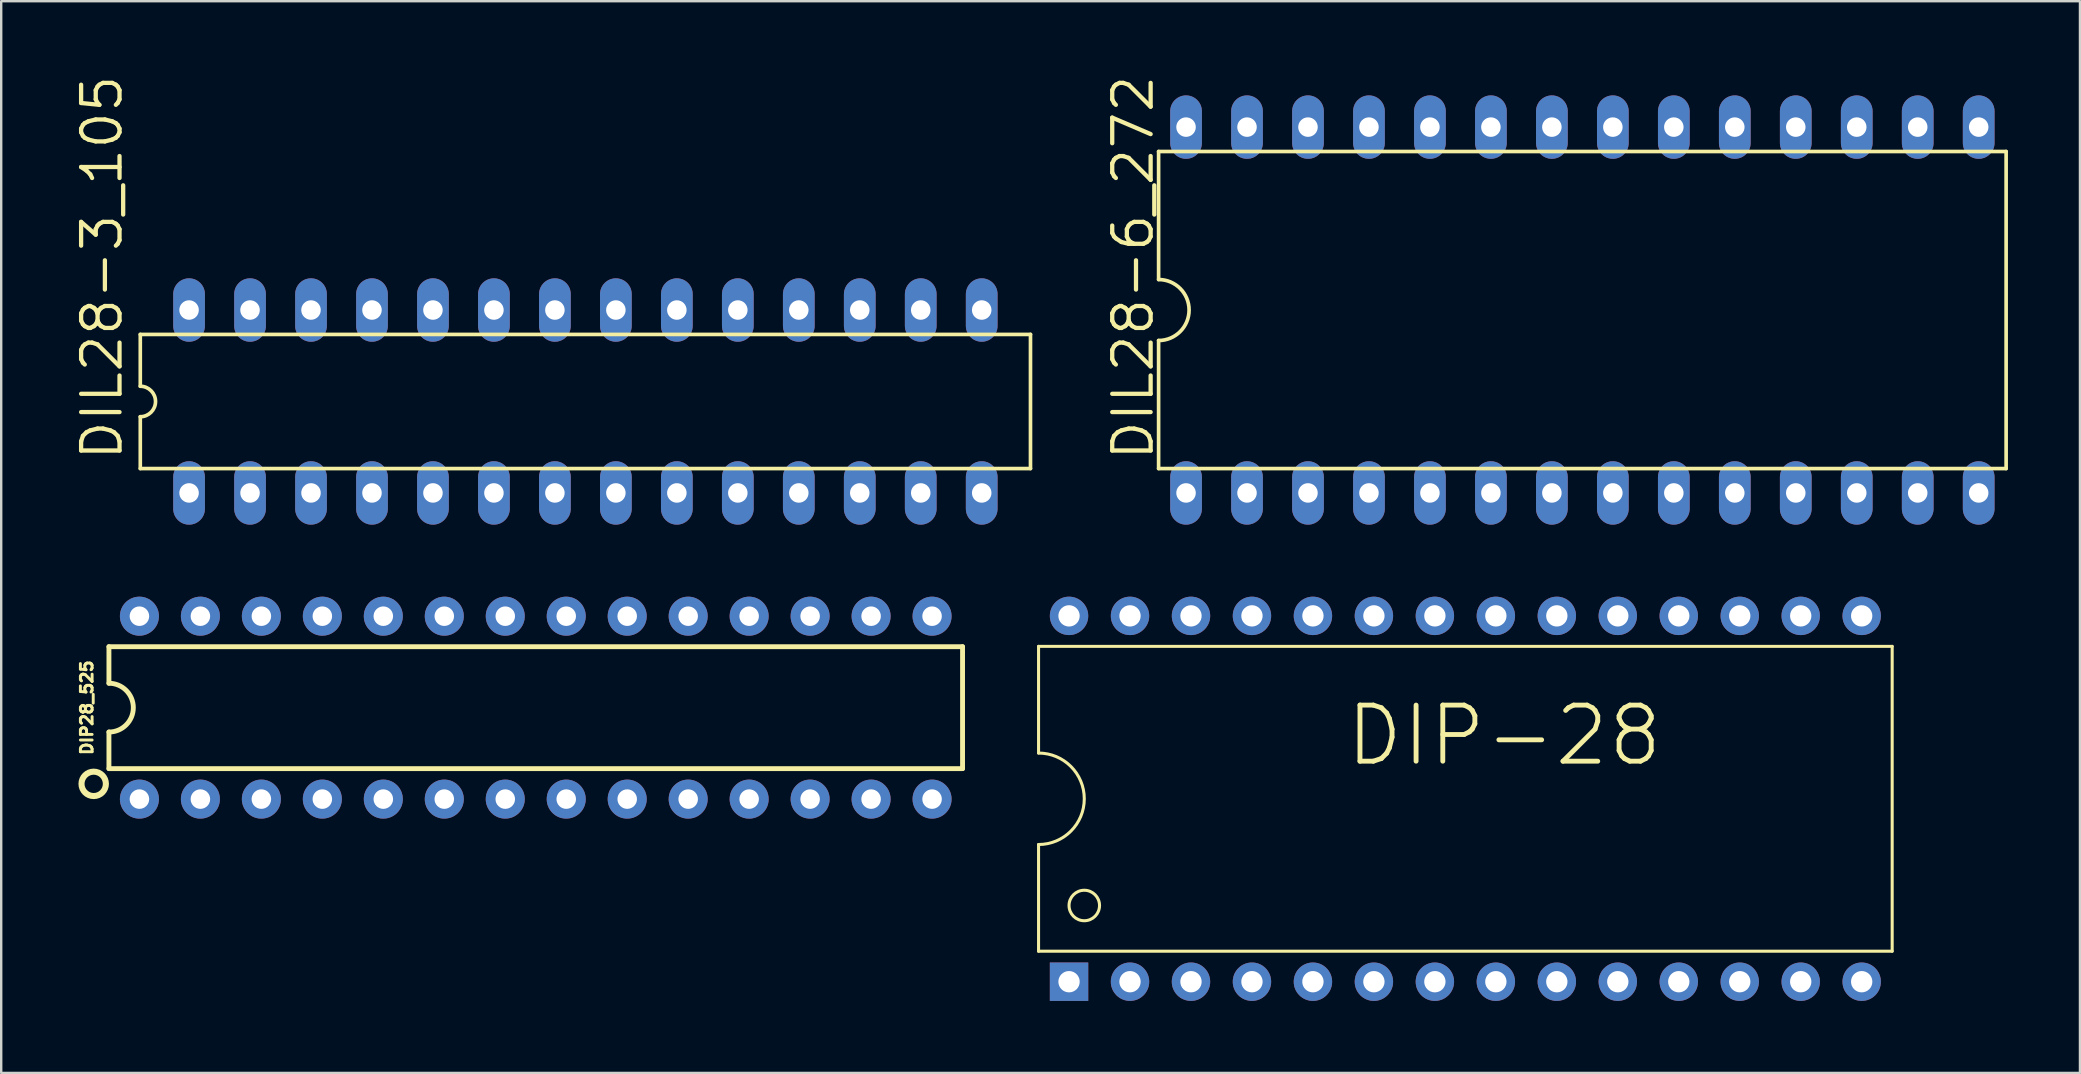
<source format=kicad_pcb>
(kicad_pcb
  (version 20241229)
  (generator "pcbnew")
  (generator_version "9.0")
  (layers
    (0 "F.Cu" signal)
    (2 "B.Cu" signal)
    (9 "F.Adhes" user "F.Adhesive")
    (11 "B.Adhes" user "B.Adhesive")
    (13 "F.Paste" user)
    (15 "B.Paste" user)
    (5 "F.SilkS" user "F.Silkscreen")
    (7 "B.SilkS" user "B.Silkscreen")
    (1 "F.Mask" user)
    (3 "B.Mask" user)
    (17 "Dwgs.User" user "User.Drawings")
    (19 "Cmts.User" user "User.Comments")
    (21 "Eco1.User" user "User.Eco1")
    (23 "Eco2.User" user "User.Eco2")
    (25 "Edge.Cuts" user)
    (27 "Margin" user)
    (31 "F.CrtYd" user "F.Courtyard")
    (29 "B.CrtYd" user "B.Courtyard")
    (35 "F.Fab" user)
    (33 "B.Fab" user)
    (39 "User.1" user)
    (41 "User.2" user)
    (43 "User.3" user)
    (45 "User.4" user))
  (footprint "DIL28-3_105"
    (layer "F.Cu")
    (at 21.336 13.675)
    (property "Reference" "DIL28-3_105" (at -19.202 2.54 90) (unlocked yes) (layer "F.SilkS") (effects (font (size 1.6 1.6) (thickness 0.178)) (justify left bottom)))
    (fp_line (start -18.542 -2.794) (end -18.542 -0.635) (stroke (width 0.152) (type solid)) (layer "F.SilkS"))
    (fp_line (start -18.542 -2.794) (end 18.542 -2.794) (stroke (width 0.152) (type solid)) (layer "F.SilkS"))
    (fp_line (start -18.542 0.635) (end -18.542 2.794) (stroke (width 0.152) (type solid)) (layer "F.SilkS"))
    (fp_line (start -18.542 2.794) (end 18.542 2.794) (stroke (width 0.152) (type solid)) (layer "F.SilkS"))
    (fp_line (start 18.542 -2.794) (end 18.542 2.794) (stroke (width 0.152) (type solid)) (layer "F.SilkS"))
    (fp_arc (start -18.542 -0.635) (mid -17.907 0) (end -18.542 0.635) (stroke (width 0.1524) (type solid)) (layer "F.SilkS"))
    (pad "1" thru_hole oval (at -16.51 3.81 90) (size 2.642 1.321) (drill 0.813) (layers "*.Cu" "*.Mask"))
    (pad "2" thru_hole oval (at -13.97 3.81 90) (size 2.642 1.321) (drill 0.813) (layers "*.Cu" "*.Mask"))
    (pad "3" thru_hole oval (at -11.43 3.81 90) (size 2.642 1.321) (drill 0.813) (layers "*.Cu" "*.Mask"))
    (pad "4" thru_hole oval (at -8.89 3.81 90) (size 2.642 1.321) (drill 0.813) (layers "*.Cu" "*.Mask"))
    (pad "5" thru_hole oval (at -6.35 3.81 90) (size 2.642 1.321) (drill 0.813) (layers "*.Cu" "*.Mask"))
    (pad "6" thru_hole oval (at -3.81 3.81 90) (size 2.642 1.321) (drill 0.813) (layers "*.Cu" "*.Mask"))
    (pad "7" thru_hole oval (at -1.27 3.81 90) (size 2.642 1.321) (drill 0.813) (layers "*.Cu" "*.Mask"))
    (pad "8" thru_hole oval (at 1.27 3.81 90) (size 2.642 1.321) (drill 0.813) (layers "*.Cu" "*.Mask"))
    (pad "9" thru_hole oval (at 3.81 3.81 90) (size 2.642 1.321) (drill 0.813) (layers "*.Cu" "*.Mask"))
    (pad "10" thru_hole oval (at 6.35 3.81 90) (size 2.642 1.321) (drill 0.813) (layers "*.Cu" "*.Mask"))
    (pad "11" thru_hole oval (at 8.89 3.81 90) (size 2.642 1.321) (drill 0.813) (layers "*.Cu" "*.Mask"))
    (pad "12" thru_hole oval (at 11.43 3.81 90) (size 2.642 1.321) (drill 0.813) (layers "*.Cu" "*.Mask"))
    (pad "13" thru_hole oval (at 13.97 3.81 90) (size 2.642 1.321) (drill 0.813) (layers "*.Cu" "*.Mask"))
    (pad "14" thru_hole oval (at 16.51 3.81 90) (size 2.642 1.321) (drill 0.813) (layers "*.Cu" "*.Mask"))
    (pad "15" thru_hole oval (at 16.51 -3.81 90) (size 2.642 1.321) (drill 0.813) (layers "*.Cu" "*.Mask"))
    (pad "16" thru_hole oval (at 13.97 -3.81 90) (size 2.642 1.321) (drill 0.813) (layers "*.Cu" "*.Mask"))
    (pad "17" thru_hole oval (at 11.43 -3.81 90) (size 2.642 1.321) (drill 0.813) (layers "*.Cu" "*.Mask"))
    (pad "18" thru_hole oval (at 8.89 -3.81 90) (size 2.642 1.321) (drill 0.813) (layers "*.Cu" "*.Mask"))
    (pad "19" thru_hole oval (at 6.35 -3.81 90) (size 2.642 1.321) (drill 0.813) (layers "*.Cu" "*.Mask"))
    (pad "20" thru_hole oval (at 3.81 -3.81 90) (size 2.642 1.321) (drill 0.813) (layers "*.Cu" "*.Mask"))
    (pad "21" thru_hole oval (at 1.27 -3.81 90) (size 2.642 1.321) (drill 0.813) (layers "*.Cu" "*.Mask"))
    (pad "22" thru_hole oval (at -1.27 -3.81 90) (size 2.642 1.321) (drill 0.813) (layers "*.Cu" "*.Mask"))
    (pad "23" thru_hole oval (at -3.81 -3.81 90) (size 2.642 1.321) (drill 0.813) (layers "*.Cu" "*.Mask"))
    (pad "24" thru_hole oval (at -6.35 -3.81 90) (size 2.642 1.321) (drill 0.813) (layers "*.Cu" "*.Mask"))
    (pad "25" thru_hole oval (at -8.89 -3.81 90) (size 2.642 1.321) (drill 0.813) (layers "*.Cu" "*.Mask"))
    (pad "26" thru_hole oval (at -11.43 -3.81 90) (size 2.642 1.321) (drill 0.813) (layers "*.Cu" "*.Mask"))
    (pad "27" thru_hole oval (at -13.97 -3.81 90) (size 2.642 1.321) (drill 0.813) (layers "*.Cu" "*.Mask"))
    (pad "28" thru_hole oval (at -16.51 -3.81 90) (size 2.642 1.321) (drill 0.813) (layers "*.Cu" "*.Mask")))
  (footprint "DIP-28"
    (layer "F.Cu")
    (at 56.724 30.226)
    (property "Reference" "DIP-28" (at -3.81 -1.27 0) (unlocked yes) (layer "F.SilkS") (effects (font (size 2.337 2.337) (thickness 0.203)) (justify left bottom)))
    (fp_line (start -16.51 -1.905) (end -16.51 -6.35) (stroke (width 0.127) (type solid)) (layer "F.SilkS"))
    (fp_line (start -16.51 6.35) (end -16.51 1.905) (stroke (width 0.127) (type solid)) (layer "F.SilkS"))
    (fp_line (start 19.05 -6.35) (end -16.51 -6.35) (stroke (width 0.127) (type solid)) (layer "F.SilkS"))
    (fp_line (start 19.05 6.35) (end -16.51 6.35) (stroke (width 0.127) (type solid)) (layer "F.SilkS"))
    (fp_line (start 19.05 6.35) (end 19.05 -6.35) (stroke (width 0.127) (type solid)) (layer "F.SilkS"))
    (fp_arc (start -16.51 -1.905) (mid -14.605 0) (end -16.51 1.905) (stroke (width 0.127) (type solid)) (layer "F.SilkS"))
    (fp_circle (center -14.605 4.445) (end -13.97 4.445) (stroke (width 0.127) (type solid)) (fill no) (layer "F.SilkS"))
    (pad "1" thru_hole rect (at -15.24 7.62) (size 1.6 1.6) (drill 0.889) (layers "*.Cu" "*.Mask"))
    (pad "2" thru_hole circle (at -12.7 7.62) (size 1.6 1.6) (drill 0.889) (layers "*.Cu" "*.Mask"))
    (pad "3" thru_hole circle (at -10.16 7.62) (size 1.6 1.6) (drill 0.889) (layers "*.Cu" "*.Mask"))
    (pad "4" thru_hole circle (at -7.62 7.62) (size 1.6 1.6) (drill 0.889) (layers "*.Cu" "*.Mask"))
    (pad "5" thru_hole circle (at -5.08 7.62) (size 1.6 1.6) (drill 0.889) (layers "*.Cu" "*.Mask"))
    (pad "6" thru_hole circle (at -2.54 7.62) (size 1.6 1.6) (drill 0.889) (layers "*.Cu" "*.Mask"))
    (pad "7" thru_hole circle (at 0 7.62) (size 1.6 1.6) (drill 0.889) (layers "*.Cu" "*.Mask"))
    (pad "8" thru_hole circle (at 2.54 7.62) (size 1.6 1.6) (drill 0.889) (layers "*.Cu" "*.Mask"))
    (pad "9" thru_hole circle (at 5.08 7.62) (size 1.6 1.6) (drill 0.889) (layers "*.Cu" "*.Mask"))
    (pad "10" thru_hole circle (at 7.62 7.62) (size 1.6 1.6) (drill 0.889) (layers "*.Cu" "*.Mask"))
    (pad "11" thru_hole circle (at 10.16 7.62) (size 1.6 1.6) (drill 0.889) (layers "*.Cu" "*.Mask"))
    (pad "12" thru_hole circle (at 12.7 7.62) (size 1.6 1.6) (drill 0.889) (layers "*.Cu" "*.Mask"))
    (pad "13" thru_hole circle (at 15.24 7.62) (size 1.6 1.6) (drill 0.889) (layers "*.Cu" "*.Mask"))
    (pad "14" thru_hole circle (at 17.78 7.62) (size 1.6 1.6) (drill 0.889) (layers "*.Cu" "*.Mask"))
    (pad "15" thru_hole circle (at 17.78 -7.62) (size 1.6 1.6) (drill 0.889) (layers "*.Cu" "*.Mask"))
    (pad "16" thru_hole circle (at 15.24 -7.62) (size 1.6 1.6) (drill 0.889) (layers "*.Cu" "*.Mask"))
    (pad "17" thru_hole circle (at 12.7 -7.62) (size 1.6 1.6) (drill 0.889) (layers "*.Cu" "*.Mask"))
    (pad "18" thru_hole circle (at 10.16 -7.62) (size 1.6 1.6) (drill 0.889) (layers "*.Cu" "*.Mask"))
    (pad "19" thru_hole circle (at 7.62 -7.62) (size 1.6 1.6) (drill 0.889) (layers "*.Cu" "*.Mask"))
    (pad "20" thru_hole circle (at 5.08 -7.62) (size 1.6 1.6) (drill 0.889) (layers "*.Cu" "*.Mask"))
    (pad "21" thru_hole circle (at 2.54 -7.62) (size 1.6 1.6) (drill 0.889) (layers "*.Cu" "*.Mask"))
    (pad "22" thru_hole circle (at 0 -7.62) (size 1.6 1.6) (drill 0.889) (layers "*.Cu" "*.Mask"))
    (pad "23" thru_hole circle (at -2.54 -7.62) (size 1.6 1.6) (drill 0.889) (layers "*.Cu" "*.Mask"))
    (pad "24" thru_hole circle (at -5.08 -7.62) (size 1.6 1.6) (drill 0.889) (layers "*.Cu" "*.Mask"))
    (pad "25" thru_hole circle (at -7.62 -7.62) (size 1.6 1.6) (drill 0.889) (layers "*.Cu" "*.Mask"))
    (pad "26" thru_hole circle (at -10.16 -7.62) (size 1.6 1.6) (drill 0.889) (layers "*.Cu" "*.Mask"))
    (pad "27" thru_hole circle (at -12.7 -7.62) (size 1.6 1.6) (drill 0.889) (layers "*.Cu" "*.Mask"))
    (pad "28" thru_hole circle (at -15.24 -7.62) (size 1.6 1.6) (drill 0.889) (layers "*.Cu" "*.Mask")))
  (footprint "DIL28-6_272"
    (layer "F.Cu")
    (at 62.868 9.865)
    (property "Reference" "DIL28-6_272" (at -17.78 6.35 90) (unlocked yes) (layer "F.SilkS") (effects (font (size 1.6 1.6) (thickness 0.178)) (justify left bottom)))
    (fp_line (start -17.653 -6.604) (end -17.653 -1.27) (stroke (width 0.152) (type solid)) (layer "F.SilkS"))
    (fp_line (start -17.653 -6.604) (end 17.653 -6.604) (stroke (width 0.152) (type solid)) (layer "F.SilkS"))
    (fp_line (start -17.653 1.27) (end -17.653 6.604) (stroke (width 0.152) (type solid)) (layer "F.SilkS"))
    (fp_line (start -17.653 6.604) (end 17.653 6.604) (stroke (width 0.152) (type solid)) (layer "F.SilkS"))
    (fp_line (start 17.653 6.604) (end 17.653 -6.604) (stroke (width 0.152) (type solid)) (layer "F.SilkS"))
    (fp_arc (start -17.653 -1.27) (mid -16.383 0) (end -17.653 1.27) (stroke (width 0.1524) (type solid)) (layer "F.SilkS"))
    (pad "1" thru_hole oval (at -16.51 7.62 90) (size 2.642 1.321) (drill 0.813) (layers "*.Cu" "*.Mask"))
    (pad "2" thru_hole oval (at -13.97 7.62 90) (size 2.642 1.321) (drill 0.813) (layers "*.Cu" "*.Mask"))
    (pad "3" thru_hole oval (at -11.43 7.62 90) (size 2.642 1.321) (drill 0.813) (layers "*.Cu" "*.Mask"))
    (pad "4" thru_hole oval (at -8.89 7.62 90) (size 2.642 1.321) (drill 0.813) (layers "*.Cu" "*.Mask"))
    (pad "5" thru_hole oval (at -6.35 7.62 90) (size 2.642 1.321) (drill 0.813) (layers "*.Cu" "*.Mask"))
    (pad "6" thru_hole oval (at -3.81 7.62 90) (size 2.642 1.321) (drill 0.813) (layers "*.Cu" "*.Mask"))
    (pad "7" thru_hole oval (at -1.27 7.62 90) (size 2.642 1.321) (drill 0.813) (layers "*.Cu" "*.Mask"))
    (pad "8" thru_hole oval (at 1.27 7.62 90) (size 2.642 1.321) (drill 0.813) (layers "*.Cu" "*.Mask"))
    (pad "9" thru_hole oval (at 3.81 7.62 90) (size 2.642 1.321) (drill 0.813) (layers "*.Cu" "*.Mask"))
    (pad "10" thru_hole oval (at 6.35 7.62 90) (size 2.642 1.321) (drill 0.813) (layers "*.Cu" "*.Mask"))
    (pad "11" thru_hole oval (at 8.89 7.62 90) (size 2.642 1.321) (drill 0.813) (layers "*.Cu" "*.Mask"))
    (pad "12" thru_hole oval (at 11.43 7.62 90) (size 2.642 1.321) (drill 0.813) (layers "*.Cu" "*.Mask"))
    (pad "13" thru_hole oval (at 13.97 7.62 90) (size 2.642 1.321) (drill 0.813) (layers "*.Cu" "*.Mask"))
    (pad "14" thru_hole oval (at 16.51 7.62 90) (size 2.642 1.321) (drill 0.813) (layers "*.Cu" "*.Mask"))
    (pad "15" thru_hole oval (at 16.51 -7.62 90) (size 2.642 1.321) (drill 0.813) (layers "*.Cu" "*.Mask"))
    (pad "16" thru_hole oval (at 13.97 -7.62 90) (size 2.642 1.321) (drill 0.813) (layers "*.Cu" "*.Mask"))
    (pad "17" thru_hole oval (at 11.43 -7.62 90) (size 2.642 1.321) (drill 0.813) (layers "*.Cu" "*.Mask"))
    (pad "18" thru_hole oval (at 8.89 -7.62 90) (size 2.642 1.321) (drill 0.813) (layers "*.Cu" "*.Mask"))
    (pad "19" thru_hole oval (at 6.35 -7.62 90) (size 2.642 1.321) (drill 0.813) (layers "*.Cu" "*.Mask"))
    (pad "20" thru_hole oval (at 3.81 -7.62 90) (size 2.642 1.321) (drill 0.813) (layers "*.Cu" "*.Mask"))
    (pad "21" thru_hole oval (at 1.27 -7.62 90) (size 2.642 1.321) (drill 0.813) (layers "*.Cu" "*.Mask"))
    (pad "22" thru_hole oval (at -1.27 -7.62 90) (size 2.642 1.321) (drill 0.813) (layers "*.Cu" "*.Mask"))
    (pad "23" thru_hole oval (at -3.81 -7.62 90) (size 2.642 1.321) (drill 0.813) (layers "*.Cu" "*.Mask"))
    (pad "24" thru_hole oval (at -6.35 -7.62 90) (size 2.642 1.321) (drill 0.813) (layers "*.Cu" "*.Mask"))
    (pad "25" thru_hole oval (at -8.89 -7.62 90) (size 2.642 1.321) (drill 0.813) (layers "*.Cu" "*.Mask"))
    (pad "26" thru_hole oval (at -11.43 -7.62 90) (size 2.642 1.321) (drill 0.813) (layers "*.Cu" "*.Mask"))
    (pad "27" thru_hole oval (at -13.97 -7.62 90) (size 2.642 1.321) (drill 0.813) (layers "*.Cu" "*.Mask"))
    (pad "28" thru_hole oval (at -16.51 -7.62 90) (size 2.642 1.321) (drill 0.813) (layers "*.Cu" "*.Mask")))
  (footprint "DIP28_525"
    (layer "F.Cu")
    (at 19.268 26.429)
    (property "Reference" "DIP28_525" (at -18.415 0 90) (unlocked yes) (layer "F.SilkS") (effects (font (size 0.488 0.488) (thickness 0.122)) (justify bottom)))
    (fp_line (start -17.78 -2.54) (end -17.78 -1.016) (stroke (width 0.203) (type solid)) (layer "F.SilkS"))
    (fp_line (start -17.78 2.54) (end -17.78 1.016) (stroke (width 0.203) (type solid)) (layer "F.SilkS"))
    (fp_line (start -17.78 2.54) (end 17.78 2.54) (stroke (width 0.203) (type solid)) (layer "F.SilkS"))
    (fp_line (start 17.78 -2.54) (end -17.78 -2.54) (stroke (width 0.203) (type solid)) (layer "F.SilkS"))
    (fp_line (start 17.78 -2.54) (end 17.78 2.54) (stroke (width 0.203) (type solid)) (layer "F.SilkS"))
    (fp_arc (start -17.78 -1.016) (mid -16.764 0) (end -17.78 1.016) (stroke (width 0.2032) (type solid)) (layer "F.SilkS"))
    (fp_circle (center -18.415 3.175) (end -17.907 3.175) (stroke (width 0.254) (type solid)) (fill no) (layer "F.SilkS"))
    (pad "1" thru_hole circle (at -16.51 3.81 90) (size 1.626 1.626) (drill 0.813) (layers "*.Cu" "*.Mask"))
    (pad "2" thru_hole circle (at -13.97 3.81 90) (size 1.626 1.626) (drill 0.813) (layers "*.Cu" "*.Mask"))
    (pad "3" thru_hole circle (at -11.43 3.81 90) (size 1.626 1.626) (drill 0.813) (layers "*.Cu" "*.Mask"))
    (pad "4" thru_hole circle (at -8.89 3.81 90) (size 1.626 1.626) (drill 0.813) (layers "*.Cu" "*.Mask"))
    (pad "5" thru_hole circle (at -6.35 3.81 90) (size 1.626 1.626) (drill 0.813) (layers "*.Cu" "*.Mask"))
    (pad "6" thru_hole circle (at -3.81 3.81 90) (size 1.626 1.626) (drill 0.813) (layers "*.Cu" "*.Mask"))
    (pad "7" thru_hole circle (at -1.27 3.81 90) (size 1.626 1.626) (drill 0.813) (layers "*.Cu" "*.Mask"))
    (pad "8" thru_hole circle (at 1.27 3.81 90) (size 1.626 1.626) (drill 0.813) (layers "*.Cu" "*.Mask"))
    (pad "9" thru_hole circle (at 3.81 3.81 90) (size 1.626 1.626) (drill 0.813) (layers "*.Cu" "*.Mask"))
    (pad "10" thru_hole circle (at 6.35 3.81 90) (size 1.626 1.626) (drill 0.813) (layers "*.Cu" "*.Mask"))
    (pad "11" thru_hole circle (at 8.89 3.81 90) (size 1.626 1.626) (drill 0.813) (layers "*.Cu" "*.Mask"))
    (pad "12" thru_hole circle (at 11.43 3.81 90) (size 1.626 1.626) (drill 0.813) (layers "*.Cu" "*.Mask"))
    (pad "13" thru_hole circle (at 13.97 3.81 90) (size 1.626 1.626) (drill 0.813) (layers "*.Cu" "*.Mask"))
    (pad "14" thru_hole circle (at 16.51 3.81 90) (size 1.626 1.626) (drill 0.813) (layers "*.Cu" "*.Mask"))
    (pad "15" thru_hole circle (at 16.51 -3.81 90) (size 1.626 1.626) (drill 0.813) (layers "*.Cu" "*.Mask"))
    (pad "16" thru_hole circle (at 13.97 -3.81 90) (size 1.626 1.626) (drill 0.813) (layers "*.Cu" "*.Mask"))
    (pad "17" thru_hole circle (at 11.43 -3.81 90) (size 1.626 1.626) (drill 0.813) (layers "*.Cu" "*.Mask"))
    (pad "18" thru_hole circle (at 8.89 -3.81 90) (size 1.626 1.626) (drill 0.813) (layers "*.Cu" "*.Mask"))
    (pad "19" thru_hole circle (at 6.35 -3.81 90) (size 1.626 1.626) (drill 0.813) (layers "*.Cu" "*.Mask"))
    (pad "20" thru_hole circle (at 3.81 -3.81 90) (size 1.626 1.626) (drill 0.813) (layers "*.Cu" "*.Mask"))
    (pad "21" thru_hole circle (at 1.27 -3.81 90) (size 1.626 1.626) (drill 0.813) (layers "*.Cu" "*.Mask"))
    (pad "22" thru_hole circle (at -1.27 -3.81 90) (size 1.626 1.626) (drill 0.813) (layers "*.Cu" "*.Mask"))
    (pad "23" thru_hole circle (at -3.81 -3.81 90) (size 1.626 1.626) (drill 0.813) (layers "*.Cu" "*.Mask"))
    (pad "24" thru_hole circle (at -6.35 -3.81 90) (size 1.626 1.626) (drill 0.813) (layers "*.Cu" "*.Mask"))
    (pad "25" thru_hole circle (at -8.89 -3.81 90) (size 1.626 1.626) (drill 0.813) (layers "*.Cu" "*.Mask"))
    (pad "26" thru_hole circle (at -11.43 -3.81 90) (size 1.626 1.626) (drill 0.813) (layers "*.Cu" "*.Mask"))
    (pad "27" thru_hole circle (at -13.97 -3.81 90) (size 1.626 1.626) (drill 0.813) (layers "*.Cu" "*.Mask"))
    (pad "28" thru_hole circle (at -16.51 -3.81 90) (size 1.626 1.626) (drill 0.813) (layers "*.Cu" "*.Mask")))
  (gr_rect
    (start -3 -3)
    (end 83.597 41.646)
    (stroke (width 0.1) (type default))
    (fill no)
    (layer "Edge.Cuts")))
</source>
